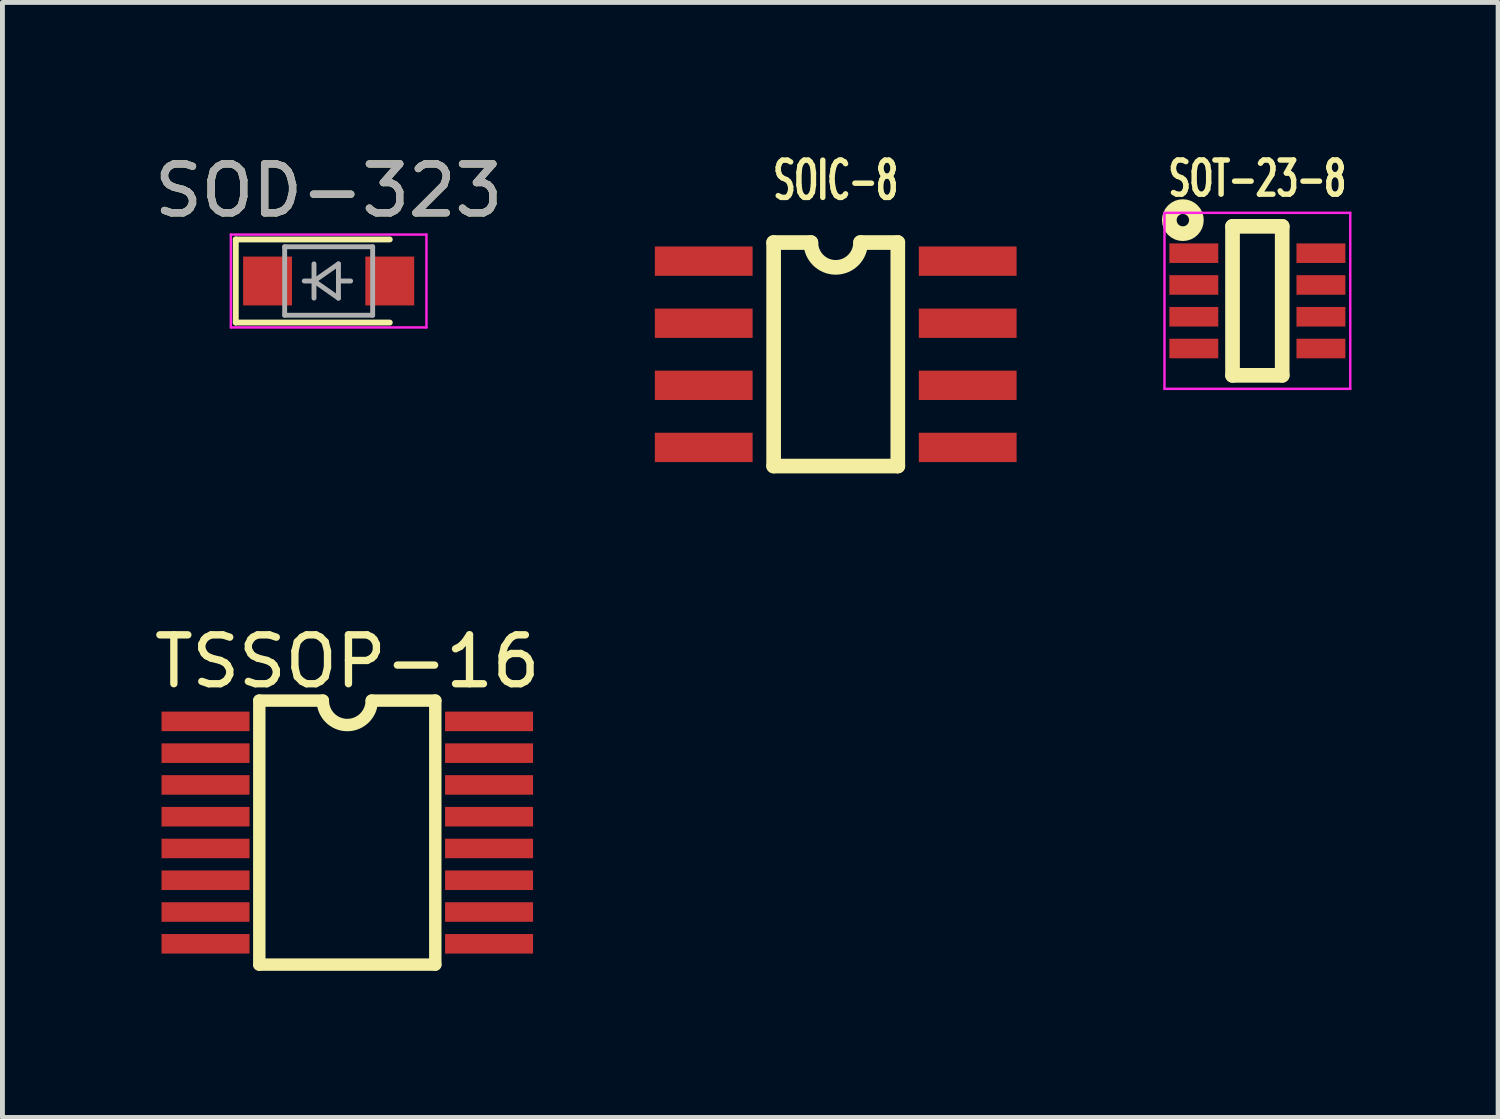
<source format=kicad_pcb>
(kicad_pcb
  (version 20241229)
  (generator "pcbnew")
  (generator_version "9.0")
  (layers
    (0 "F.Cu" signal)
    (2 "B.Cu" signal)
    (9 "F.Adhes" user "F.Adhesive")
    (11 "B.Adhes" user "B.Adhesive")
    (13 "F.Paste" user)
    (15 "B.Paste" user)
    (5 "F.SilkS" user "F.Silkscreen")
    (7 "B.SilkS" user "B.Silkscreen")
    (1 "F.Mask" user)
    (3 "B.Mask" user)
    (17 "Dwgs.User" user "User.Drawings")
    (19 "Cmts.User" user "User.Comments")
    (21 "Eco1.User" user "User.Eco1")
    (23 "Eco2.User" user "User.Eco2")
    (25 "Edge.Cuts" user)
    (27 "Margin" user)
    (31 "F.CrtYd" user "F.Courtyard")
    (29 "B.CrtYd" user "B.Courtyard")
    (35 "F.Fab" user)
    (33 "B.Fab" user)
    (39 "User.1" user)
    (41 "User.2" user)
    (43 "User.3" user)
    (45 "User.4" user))
  (footprint "SOT-23-8"
    (layer "F.Cu")
    (at 22.67 3.104)
    (property "Reference" "SOT-23-8" (at 0 -2.5 0) (layer "F.SilkS") (effects (font (size 0.699 0.445) (thickness 0.111))))
    (attr smd)
    (fp_line (start -0.508 -1.524) (end 0.508 -1.524) (stroke (width 0.3) (type solid)) (layer "F.SilkS"))
    (fp_line (start -0.508 1.524) (end -0.508 -1.524) (stroke (width 0.3) (type solid)) (layer "F.SilkS"))
    (fp_line (start 0.508 -1.524) (end 0.508 1.524) (stroke (width 0.3) (type solid)) (layer "F.SilkS"))
    (fp_line (start 0.508 1.524) (end -0.508 1.524) (stroke (width 0.3) (type solid)) (layer "F.SilkS"))
    (fp_circle (center -1.524 -1.651) (end -1.397 -1.651) (stroke (width 0.3) (type solid)) (fill no) (layer "F.SilkS"))
    (fp_line (start -1.9 -1.8) (end -1.9 1.8) (stroke (width 0.05) (type solid)) (layer "F.CrtYd"))
    (fp_line (start -1.9 1.8) (end 1.9 1.8) (stroke (width 0.05) (type solid)) (layer "F.CrtYd"))
    (fp_line (start 1.9 -1.8) (end -1.9 -1.8) (stroke (width 0.05) (type solid)) (layer "F.CrtYd"))
    (fp_line (start 1.9 1.8) (end 1.9 -1.8) (stroke (width 0.05) (type solid)) (layer "F.CrtYd"))
    (pad "1" smd rect (at -1.3 -0.975) (size 1 0.4) (layers "F.Cu" "F.Mask" "F.Paste"))
    (pad "2" smd rect (at -1.3 -0.325) (size 1 0.4) (layers "F.Cu" "F.Mask" "F.Paste"))
    (pad "3" smd rect (at -1.3 0.325) (size 1 0.4) (layers "F.Cu" "F.Mask" "F.Paste"))
    (pad "4" smd rect (at -1.3 0.975) (size 1 0.4) (layers "F.Cu" "F.Mask" "F.Paste"))
    (pad "5" smd rect (at 1.3 0.975) (size 1 0.4) (layers "F.Cu" "F.Mask" "F.Paste"))
    (pad "6" smd rect (at 1.3 0.325) (size 1 0.4) (layers "F.Cu" "F.Mask" "F.Paste"))
    (pad "7" smd rect (at 1.3 -0.325) (size 1 0.4) (layers "F.Cu" "F.Mask" "F.Paste"))
    (pad "8" smd rect (at 1.3 -0.975) (size 1 0.4) (layers "F.Cu" "F.Mask" "F.Paste")))
  (footprint "SOIC-8"
    (layer "F.Cu")
    (at 14.045 4.197)
    (property "Reference" "SOIC-8" (at 0 -3.556 0) (layer "F.SilkS") (effects (font (size 0.762 0.445) (thickness 0.111))))
    (attr through_hole)
    (fp_line (start -1.27 -2.286) (end -1.27 2.286) (stroke (width 0.3) (type solid)) (layer "F.SilkS"))
    (fp_line (start -1.27 -2.286) (end -0.508 -2.286) (stroke (width 0.3) (type solid)) (layer "F.SilkS"))
    (fp_line (start -1.27 2.286) (end 1.27 2.286) (stroke (width 0.3) (type solid)) (layer "F.SilkS"))
    (fp_line (start 1.27 -2.286) (end 0.508 -2.286) (stroke (width 0.3) (type solid)) (layer "F.SilkS"))
    (fp_line (start 1.27 2.286) (end 1.27 -2.286) (stroke (width 0.3) (type solid)) (layer "F.SilkS"))
    (fp_arc (start 0.508 -2.286) (mid 0 -1.778) (end -0.508 -2.286) (stroke (width 0.3) (type solid)) (layer "F.SilkS"))
    (pad "1" smd rect (at -2.7 -1.905) (size 2 0.6) (layers "F.Cu" "F.Mask" "F.Paste"))
    (pad "2" smd rect (at -2.7 -0.635) (size 2 0.6) (layers "F.Cu" "F.Mask" "F.Paste"))
    (pad "3" smd rect (at -2.7 0.635) (size 2 0.6) (layers "F.Cu" "F.Mask" "F.Paste"))
    (pad "4" smd rect (at -2.7 1.905) (size 2 0.6) (layers "F.Cu" "F.Mask" "F.Paste"))
    (pad "5" smd rect (at 2.7 1.905) (size 2 0.6) (layers "F.Cu" "F.Mask" "F.Paste"))
    (pad "6" smd rect (at 2.7 0.635) (size 2 0.6) (layers "F.Cu" "F.Mask" "F.Paste"))
    (pad "7" smd rect (at 2.7 -0.635) (size 2 0.6) (layers "F.Cu" "F.Mask" "F.Paste"))
    (pad "8" smd rect (at 2.7 -1.905) (size 2 0.6) (layers "F.Cu" "F.Mask" "F.Paste")))
  (footprint "SOD-323"
    (layer "F.Cu")
    (at 3.673 2.698)
    (property "Reference" "SOD-323" (at 0 -1.85 0) (layer "F.SilkS") (effects (font (size 1 1) (thickness 0.15))))
    (attr smd)
    (fp_line (start -1.9 -0.85) (end -1.9 0.85) (stroke (width 0.12) (type solid)) (layer "F.SilkS"))
    (fp_line (start -1.9 -0.85) (end 1.25 -0.85) (stroke (width 0.12) (type solid)) (layer "F.SilkS"))
    (fp_line (start -1.9 0.85) (end 1.25 0.85) (stroke (width 0.12) (type solid)) (layer "F.SilkS"))
    (fp_line (start -2 -0.95) (end -2 0.95) (stroke (width 0.05) (type solid)) (layer "F.CrtYd"))
    (fp_line (start -2 -0.95) (end 2 -0.95) (stroke (width 0.05) (type solid)) (layer "F.CrtYd"))
    (fp_line (start -2 0.95) (end 2 0.95) (stroke (width 0.05) (type solid)) (layer "F.CrtYd"))
    (fp_line (start 2 -0.95) (end 2 0.95) (stroke (width 0.05) (type solid)) (layer "F.CrtYd"))
    (fp_line (start -0.9 -0.7) (end 0.9 -0.7) (stroke (width 0.1) (type solid)) (layer "F.Fab"))
    (fp_line (start -0.9 0.7) (end -0.9 -0.7) (stroke (width 0.1) (type solid)) (layer "F.Fab"))
    (fp_line (start -0.3 -0.35) (end -0.3 0.35) (stroke (width 0.1) (type solid)) (layer "F.Fab"))
    (fp_line (start -0.3 0) (end -0.5 0) (stroke (width 0.1) (type solid)) (layer "F.Fab"))
    (fp_line (start -0.3 0) (end 0.2 -0.35) (stroke (width 0.1) (type solid)) (layer "F.Fab"))
    (fp_line (start 0.2 -0.35) (end 0.2 0.35) (stroke (width 0.1) (type solid)) (layer "F.Fab"))
    (fp_line (start 0.2 0) (end 0.45 0) (stroke (width 0.1) (type solid)) (layer "F.Fab"))
    (fp_line (start 0.2 0.35) (end -0.3 0) (stroke (width 0.1) (type solid)) (layer "F.Fab"))
    (fp_line (start 0.9 -0.7) (end 0.9 0.7) (stroke (width 0.1) (type solid)) (layer "F.Fab"))
    (fp_line (start 0.9 0.7) (end -0.9 0.7) (stroke (width 0.1) (type solid)) (layer "F.Fab"))
    (fp_text user "${REFERENCE}" (at 0 -1.85 0) (layer "F.Fab") (effects (font (size 1 1) (thickness 0.15))))
    (pad "1" smd rect (at -1.25 0) (size 1 1) (layers "F.Cu" "F.Mask" "F.Paste"))
    (pad "2" smd rect (at 1.25 0) (size 1 1) (layers "F.Cu" "F.Mask" "F.Paste")))
  (footprint "TSSOP-16"
    (layer "F.Cu")
    (at 4.054 13.981)
    (property "Reference" "TSSOP-16" (at 0 -3.5 0) (layer "F.SilkS") (effects (font (size 1 1) (thickness 0.15))))
    (attr through_hole)
    (fp_line (start -1.8 -2.7) (end -0.5 -2.7) (stroke (width 0.254) (type solid)) (layer "F.SilkS"))
    (fp_line (start -1.8 2.7) (end -1.8 -2.7) (stroke (width 0.254) (type solid)) (layer "F.SilkS"))
    (fp_line (start -1.8 2.7) (end 1.8 2.7) (stroke (width 0.254) (type solid)) (layer "F.SilkS"))
    (fp_line (start 1.8 -2.7) (end 0.5 -2.7) (stroke (width 0.254) (type solid)) (layer "F.SilkS"))
    (fp_line (start 1.8 2.7) (end 1.8 -2.7) (stroke (width 0.254) (type solid)) (layer "F.SilkS"))
    (fp_arc (start 0.5 -2.7) (mid 0 -2.2) (end -0.5 -2.7) (stroke (width 0.254) (type solid)) (layer "F.SilkS"))
    (pad "1" smd rect (at -2.9 -2.275) (size 1.8 0.4) (layers "F.Cu" "F.Mask" "F.Paste"))
    (pad "2" smd rect (at -2.9 -1.625) (size 1.8 0.4) (layers "F.Cu" "F.Mask" "F.Paste"))
    (pad "3" smd rect (at -2.9 -0.975) (size 1.8 0.4) (layers "F.Cu" "F.Mask" "F.Paste"))
    (pad "4" smd rect (at -2.9 -0.325) (size 1.8 0.4) (layers "F.Cu" "F.Mask" "F.Paste"))
    (pad "5" smd rect (at -2.9 0.325) (size 1.8 0.4) (layers "F.Cu" "F.Mask" "F.Paste"))
    (pad "6" smd rect (at -2.9 0.975) (size 1.8 0.4) (layers "F.Cu" "F.Mask" "F.Paste"))
    (pad "7" smd rect (at -2.9 1.625) (size 1.8 0.4) (layers "F.Cu" "F.Mask" "F.Paste"))
    (pad "8" smd rect (at -2.9 2.275) (size 1.8 0.4) (layers "F.Cu" "F.Mask" "F.Paste"))
    (pad "9" smd rect (at 2.9 2.275) (size 1.8 0.4) (layers "F.Cu" "F.Mask" "F.Paste"))
    (pad "10" smd rect (at 2.9 1.625) (size 1.8 0.4) (layers "F.Cu" "F.Mask" "F.Paste"))
    (pad "11" smd rect (at 2.9 0.975) (size 1.8 0.4) (layers "F.Cu" "F.Mask" "F.Paste"))
    (pad "12" smd rect (at 2.9 0.325) (size 1.8 0.4) (layers "F.Cu" "F.Mask" "F.Paste"))
    (pad "13" smd rect (at 2.9 -0.325) (size 1.8 0.4) (layers "F.Cu" "F.Mask" "F.Paste"))
    (pad "14" smd rect (at 2.9 -0.975) (size 1.8 0.4) (layers "F.Cu" "F.Mask" "F.Paste"))
    (pad "15" smd rect (at 2.9 -1.625) (size 1.8 0.4) (layers "F.Cu" "F.Mask" "F.Paste"))
    (pad "16" smd rect (at 2.9 -2.275) (size 1.8 0.4) (layers "F.Cu" "F.Mask" "F.Paste")))
  (gr_rect
    (start -3 -3)
    (end 27.595 19.808)
    (stroke (width 0.1) (type default))
    (fill no)
    (layer "Edge.Cuts")))
</source>
